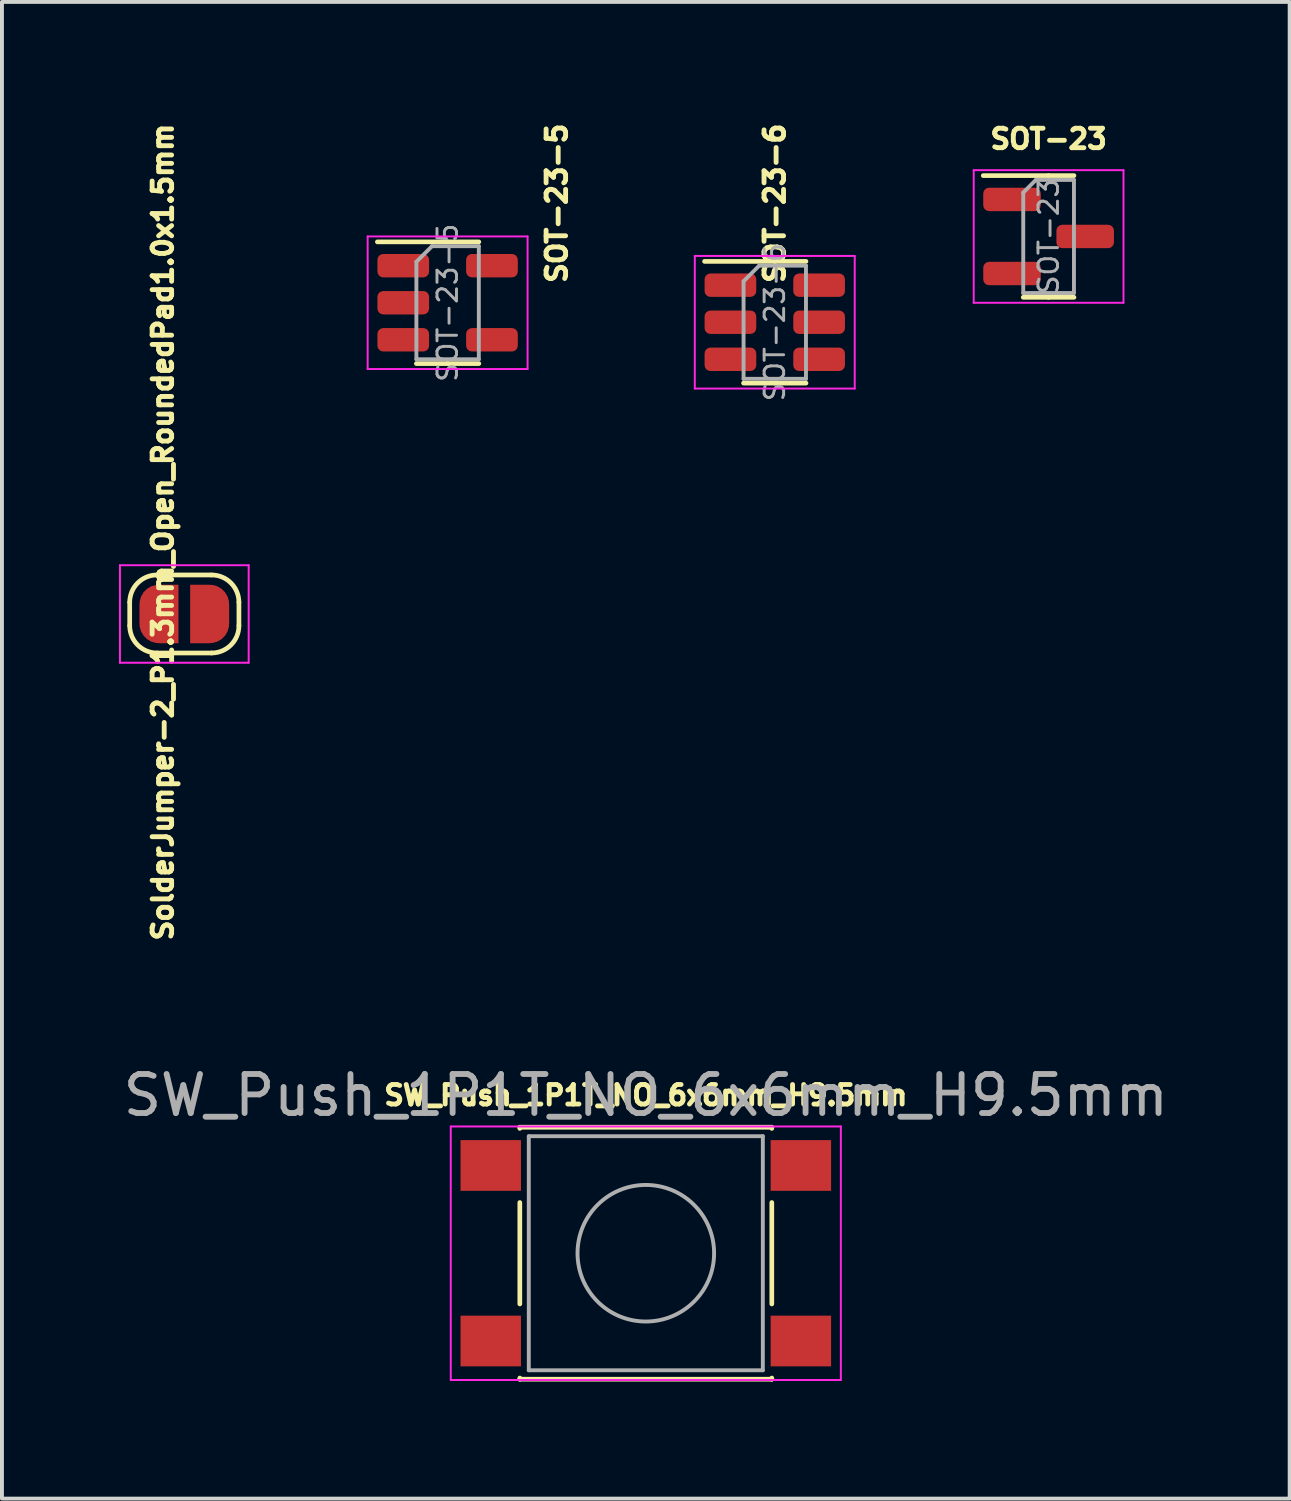
<source format=kicad_pcb>
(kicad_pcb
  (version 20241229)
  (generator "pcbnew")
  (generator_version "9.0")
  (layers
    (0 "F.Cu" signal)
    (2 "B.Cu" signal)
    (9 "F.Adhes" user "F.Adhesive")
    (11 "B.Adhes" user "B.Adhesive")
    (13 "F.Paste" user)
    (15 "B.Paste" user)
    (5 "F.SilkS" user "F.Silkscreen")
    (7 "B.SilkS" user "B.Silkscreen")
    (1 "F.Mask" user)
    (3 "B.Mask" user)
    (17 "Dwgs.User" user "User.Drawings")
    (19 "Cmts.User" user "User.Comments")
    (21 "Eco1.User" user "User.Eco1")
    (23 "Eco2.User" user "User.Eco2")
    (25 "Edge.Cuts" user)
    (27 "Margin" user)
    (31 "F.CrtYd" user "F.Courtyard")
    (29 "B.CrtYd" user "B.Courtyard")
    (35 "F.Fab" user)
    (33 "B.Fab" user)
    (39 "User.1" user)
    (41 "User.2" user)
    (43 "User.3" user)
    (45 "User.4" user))
  (footprint "SOT-23-5"
    (layer "F.Cu")
    (at 8.425 4.711)
    (property "Reference" "SOT-23-5" (at 2.8 -2.55 90) (layer "F.SilkS") (effects (font (size 0.5 0.5) (thickness 0.15))))
    (attr smd)
    (fp_line (start 0 -1.56) (end -1.8 -1.56) (stroke (width 0.12) (type solid)) (layer "F.SilkS"))
    (fp_line (start 0 -1.56) (end 0.8 -1.56) (stroke (width 0.12) (type solid)) (layer "F.SilkS"))
    (fp_line (start 0 1.56) (end -0.8 1.56) (stroke (width 0.12) (type solid)) (layer "F.SilkS"))
    (fp_line (start 0 1.56) (end 0.8 1.56) (stroke (width 0.12) (type solid)) (layer "F.SilkS"))
    (fp_line (start -2.05 -1.7) (end -2.05 1.7) (stroke (width 0.05) (type solid)) (layer "F.CrtYd"))
    (fp_line (start -2.05 1.7) (end 2.05 1.7) (stroke (width 0.05) (type solid)) (layer "F.CrtYd"))
    (fp_line (start 2.05 -1.7) (end -2.05 -1.7) (stroke (width 0.05) (type solid)) (layer "F.CrtYd"))
    (fp_line (start 2.05 1.7) (end 2.05 -1.7) (stroke (width 0.05) (type solid)) (layer "F.CrtYd"))
    (fp_line (start -0.8 -1.05) (end -0.4 -1.45) (stroke (width 0.1) (type solid)) (layer "F.Fab"))
    (fp_line (start -0.8 1.45) (end -0.8 -1.05) (stroke (width 0.1) (type solid)) (layer "F.Fab"))
    (fp_line (start -0.4 -1.45) (end 0.8 -1.45) (stroke (width 0.1) (type solid)) (layer "F.Fab"))
    (fp_line (start 0.8 -1.45) (end 0.8 1.45) (stroke (width 0.1) (type solid)) (layer "F.Fab"))
    (fp_line (start 0.8 1.45) (end -0.8 1.45) (stroke (width 0.1) (type solid)) (layer "F.Fab"))
    (fp_text user "${REFERENCE}" (at 0 0 270) (layer "F.Fab") (effects (font (size 0.5 0.5) (thickness 0.075))))
    (pad "1" smd roundrect (at -1.137 -0.95) (size 1.325 0.6) (layers "F.Cu" "F.Mask" "F.Paste") (roundrect_rratio 0.25))
    (pad "2" smd roundrect (at -1.137 0) (size 1.325 0.6) (layers "F.Cu" "F.Mask" "F.Paste") (roundrect_rratio 0.25))
    (pad "3" smd roundrect (at -1.137 0.95) (size 1.325 0.6) (layers "F.Cu" "F.Mask" "F.Paste") (roundrect_rratio 0.25))
    (pad "4" smd roundrect (at 1.137 0.95) (size 1.325 0.6) (layers "F.Cu" "F.Mask" "F.Paste") (roundrect_rratio 0.25))
    (pad "5" smd roundrect (at 1.137 -0.95) (size 1.325 0.6) (layers "F.Cu" "F.Mask" "F.Paste") (roundrect_rratio 0.25)))
  (footprint "SolderJumper-2_P1.3mm_Open_RoundedPad1.0x1.5mm"
    (layer "F.Cu")
    (at 1.675 12.69)
    (property "Reference" "SolderJumper-2_P1.3mm_Open_RoundedPad1.0x1.5mm" (at -0.55 -2.1 90) (layer "F.SilkS") (effects (font (size 0.5 0.5) (thickness 0.15))))
    (attr exclude_from_pos_files)
    (fp_line (start -1.4 0.3) (end -1.4 -0.3) (stroke (width 0.12) (type solid)) (layer "F.SilkS"))
    (fp_line (start -0.7 -1) (end 0.7 -1) (stroke (width 0.12) (type solid)) (layer "F.SilkS"))
    (fp_line (start 0.7 1) (end -0.7 1) (stroke (width 0.12) (type solid)) (layer "F.SilkS"))
    (fp_line (start 1.4 -0.3) (end 1.4 0.3) (stroke (width 0.12) (type solid)) (layer "F.SilkS"))
    (fp_arc (start -1.4 -0.3) (mid -1.194975 -0.794975) (end -0.7 -1) (stroke (width 0.12) (type solid)) (layer "F.SilkS"))
    (fp_arc (start -0.7 1) (mid -1.194975 0.794975) (end -1.4 0.3) (stroke (width 0.12) (type solid)) (layer "F.SilkS"))
    (fp_arc (start 0.7 -1) (mid 1.194975 -0.794975) (end 1.4 -0.3) (stroke (width 0.12) (type solid)) (layer "F.SilkS"))
    (fp_arc (start 1.4 0.3) (mid 1.194975 0.794975) (end 0.7 1) (stroke (width 0.12) (type solid)) (layer "F.SilkS"))
    (fp_line (start -1.65 -1.25) (end -1.65 1.25) (stroke (width 0.05) (type solid)) (layer "F.CrtYd"))
    (fp_line (start -1.65 -1.25) (end 1.65 -1.25) (stroke (width 0.05) (type solid)) (layer "F.CrtYd"))
    (fp_line (start 1.65 1.25) (end -1.65 1.25) (stroke (width 0.05) (type solid)) (layer "F.CrtYd"))
    (fp_line (start 1.65 1.25) (end 1.65 -1.25) (stroke (width 0.05) (type solid)) (layer "F.CrtYd"))
    (pad "1" smd custom (at -0.65 0) (size 1 0.5) (layers "F.Cu" "F.Mask") (options (anchor rect)) (primitives (gr_circle (center 0 0.25) (end 0.5 0.25) (width 0) (fill yes)) (gr_circle (center 0 -0.25) (end 0.5 -0.25) (width 0) (fill yes)) (gr_poly (pts (xy 0.5 0.75) (xy 0 0.75) (xy 0 -0.75) (xy 0.5 -0.75)) (width 0) (fill yes))))
    (pad "2" smd custom (at 0.65 0) (size 1 0.5) (layers "F.Cu" "F.Mask") (options (anchor rect)) (primitives (gr_circle (center 0 0.25) (end 0.5 0.25) (width 0) (fill yes)) (gr_circle (center 0 -0.25) (end 0.5 -0.25) (width 0) (fill yes)) (gr_poly (pts (xy 0 0.75) (xy -0.5 0.75) (xy -0.5 -0.75) (xy 0 -0.75)) (width 0) (fill yes)))))
  (footprint "SOT-23-6"
    (layer "F.Cu")
    (at 16.812 5.211)
    (property "Reference" "SOT-23-6" (at 0 -3.05 90) (layer "F.SilkS") (effects (font (size 0.5 0.5) (thickness 0.15))))
    (attr smd)
    (fp_line (start 0 -1.56) (end -1.8 -1.56) (stroke (width 0.12) (type solid)) (layer "F.SilkS"))
    (fp_line (start 0 -1.56) (end 0.8 -1.56) (stroke (width 0.12) (type solid)) (layer "F.SilkS"))
    (fp_line (start 0 1.56) (end -0.8 1.56) (stroke (width 0.12) (type solid)) (layer "F.SilkS"))
    (fp_line (start 0 1.56) (end 0.8 1.56) (stroke (width 0.12) (type solid)) (layer "F.SilkS"))
    (fp_line (start -2.05 -1.7) (end -2.05 1.7) (stroke (width 0.05) (type solid)) (layer "F.CrtYd"))
    (fp_line (start -2.05 1.7) (end 2.05 1.7) (stroke (width 0.05) (type solid)) (layer "F.CrtYd"))
    (fp_line (start 2.05 -1.7) (end -2.05 -1.7) (stroke (width 0.05) (type solid)) (layer "F.CrtYd"))
    (fp_line (start 2.05 1.7) (end 2.05 -1.7) (stroke (width 0.05) (type solid)) (layer "F.CrtYd"))
    (fp_line (start -0.8 -1.05) (end -0.4 -1.45) (stroke (width 0.1) (type solid)) (layer "F.Fab"))
    (fp_line (start -0.8 1.45) (end -0.8 -1.05) (stroke (width 0.1) (type solid)) (layer "F.Fab"))
    (fp_line (start -0.4 -1.45) (end 0.8 -1.45) (stroke (width 0.1) (type solid)) (layer "F.Fab"))
    (fp_line (start 0.8 -1.45) (end 0.8 1.45) (stroke (width 0.1) (type solid)) (layer "F.Fab"))
    (fp_line (start 0.8 1.45) (end -0.8 1.45) (stroke (width 0.1) (type solid)) (layer "F.Fab"))
    (fp_text user "${REFERENCE}" (at 0 0 270) (layer "F.Fab") (effects (font (size 0.5 0.5) (thickness 0.075))))
    (pad "1" smd roundrect (at -1.137 -0.95) (size 1.325 0.6) (layers "F.Cu" "F.Mask" "F.Paste") (roundrect_rratio 0.25))
    (pad "2" smd roundrect (at -1.137 0) (size 1.325 0.6) (layers "F.Cu" "F.Mask" "F.Paste") (roundrect_rratio 0.25))
    (pad "3" smd roundrect (at -1.137 0.95) (size 1.325 0.6) (layers "F.Cu" "F.Mask" "F.Paste") (roundrect_rratio 0.25))
    (pad "4" smd roundrect (at 1.137 0.95) (size 1.325 0.6) (layers "F.Cu" "F.Mask" "F.Paste") (roundrect_rratio 0.25))
    (pad "5" smd roundrect (at 1.137 0) (size 1.325 0.6) (layers "F.Cu" "F.Mask" "F.Paste") (roundrect_rratio 0.25))
    (pad "6" smd roundrect (at 1.137 -0.95) (size 1.325 0.6) (layers "F.Cu" "F.Mask" "F.Paste") (roundrect_rratio 0.25)))
  (footprint "SW_Push_1P1T_NO_6x6mm_H9.5mm"
    (layer "F.Cu")
    (at 13.506 29.078)
    (property "Reference" "SW_Push_1P1T_NO_6x6mm_H9.5mm" (at 0 -4.05 180) (layer "F.SilkS") (effects (font (size 0.5 0.5) (thickness 0.15))))
    (attr smd)
    (fp_line (start -3.23 -3.23) (end 3.23 -3.23) (stroke (width 0.12) (type solid)) (layer "F.SilkS"))
    (fp_line (start -3.23 -3.2) (end -3.23 -3.23) (stroke (width 0.12) (type solid)) (layer "F.SilkS"))
    (fp_line (start -3.23 -1.3) (end -3.23 1.3) (stroke (width 0.12) (type solid)) (layer "F.SilkS"))
    (fp_line (start -3.23 3.23) (end -3.23 3.2) (stroke (width 0.12) (type solid)) (layer "F.SilkS"))
    (fp_line (start -3.23 3.23) (end 3.23 3.23) (stroke (width 0.12) (type solid)) (layer "F.SilkS"))
    (fp_line (start 3.23 -3.23) (end 3.23 -3.2) (stroke (width 0.12) (type solid)) (layer "F.SilkS"))
    (fp_line (start 3.23 -1.3) (end 3.23 1.3) (stroke (width 0.12) (type solid)) (layer "F.SilkS"))
    (fp_line (start 3.23 3.23) (end 3.23 3.2) (stroke (width 0.12) (type solid)) (layer "F.SilkS"))
    (fp_line (start -5 -3.25) (end -5 3.25) (stroke (width 0.05) (type solid)) (layer "F.CrtYd"))
    (fp_line (start -5 -3.25) (end 5 -3.25) (stroke (width 0.05) (type solid)) (layer "F.CrtYd"))
    (fp_line (start -5 3.25) (end 5 3.25) (stroke (width 0.05) (type solid)) (layer "F.CrtYd"))
    (fp_line (start 5 3.25) (end 5 -3.25) (stroke (width 0.05) (type solid)) (layer "F.CrtYd"))
    (fp_line (start -3 -3) (end -3 3) (stroke (width 0.1) (type solid)) (layer "F.Fab"))
    (fp_line (start -3 3) (end 3 3) (stroke (width 0.1) (type solid)) (layer "F.Fab"))
    (fp_line (start 3 -3) (end -3 -3) (stroke (width 0.1) (type solid)) (layer "F.Fab"))
    (fp_line (start 3 3) (end 3 -3) (stroke (width 0.1) (type solid)) (layer "F.Fab"))
    (fp_circle (center 0 0) (end 1.75 -0.05) (stroke (width 0.1) (type solid)) (fill no) (layer "F.Fab"))
    (fp_text user "${REFERENCE}" (at 0 -4.05 180) (layer "F.Fab") (effects (font (size 1 1) (thickness 0.15))))
    (pad "1" smd rect (at -3.975 -2.25) (size 1.55 1.3) (layers "F.Cu" "F.Mask" "F.Paste"))
    (pad "1" smd rect (at 3.975 -2.25) (size 1.55 1.3) (layers "F.Cu" "F.Mask" "F.Paste"))
    (pad "2" smd rect (at -3.975 2.25) (size 1.55 1.3) (layers "F.Cu" "F.Mask" "F.Paste"))
    (pad "2" smd rect (at 3.975 2.25) (size 1.55 1.3) (layers "F.Cu" "F.Mask" "F.Paste")))
  (footprint "SOT-23"
    (layer "F.Cu")
    (at 23.832 3.012)
    (property "Reference" "SOT-23" (at 0 -2.5 0) (layer "F.SilkS") (effects (font (size 0.5 0.5) (thickness 0.15))))
    (attr smd)
    (fp_line (start 0 -1.56) (end -1.675 -1.56) (stroke (width 0.12) (type solid)) (layer "F.SilkS"))
    (fp_line (start 0 -1.56) (end 0.65 -1.56) (stroke (width 0.12) (type solid)) (layer "F.SilkS"))
    (fp_line (start 0 1.56) (end -0.65 1.56) (stroke (width 0.12) (type solid)) (layer "F.SilkS"))
    (fp_line (start 0 1.56) (end 0.65 1.56) (stroke (width 0.12) (type solid)) (layer "F.SilkS"))
    (fp_line (start -1.92 -1.7) (end -1.92 1.7) (stroke (width 0.05) (type solid)) (layer "F.CrtYd"))
    (fp_line (start -1.92 1.7) (end 1.92 1.7) (stroke (width 0.05) (type solid)) (layer "F.CrtYd"))
    (fp_line (start 1.92 -1.7) (end -1.92 -1.7) (stroke (width 0.05) (type solid)) (layer "F.CrtYd"))
    (fp_line (start 1.92 1.7) (end 1.92 -1.7) (stroke (width 0.05) (type solid)) (layer "F.CrtYd"))
    (fp_line (start -0.65 -1.125) (end -0.325 -1.45) (stroke (width 0.1) (type solid)) (layer "F.Fab"))
    (fp_line (start -0.65 1.45) (end -0.65 -1.125) (stroke (width 0.1) (type solid)) (layer "F.Fab"))
    (fp_line (start -0.325 -1.45) (end 0.65 -1.45) (stroke (width 0.1) (type solid)) (layer "F.Fab"))
    (fp_line (start 0.65 -1.45) (end 0.65 1.45) (stroke (width 0.1) (type solid)) (layer "F.Fab"))
    (fp_line (start 0.65 1.45) (end -0.65 1.45) (stroke (width 0.1) (type solid)) (layer "F.Fab"))
    (fp_text user "${REFERENCE}" (at 0 0 270) (layer "F.Fab") (effects (font (size 0.5 0.5) (thickness 0.075))))
    (pad "1" smd roundrect (at -0.938 -0.95) (size 1.475 0.6) (layers "F.Cu" "F.Mask" "F.Paste") (roundrect_rratio 0.25))
    (pad "2" smd roundrect (at -0.938 0.95) (size 1.475 0.6) (layers "F.Cu" "F.Mask" "F.Paste") (roundrect_rratio 0.25))
    (pad "3" smd roundrect (at 0.938 0) (size 1.475 0.6) (layers "F.Cu" "F.Mask" "F.Paste") (roundrect_rratio 0.25)))
  (gr_rect
    (start -3 -3)
    (end 30.012 35.368)
    (stroke (width 0.1) (type default))
    (fill no)
    (layer "Edge.Cuts")))
</source>
